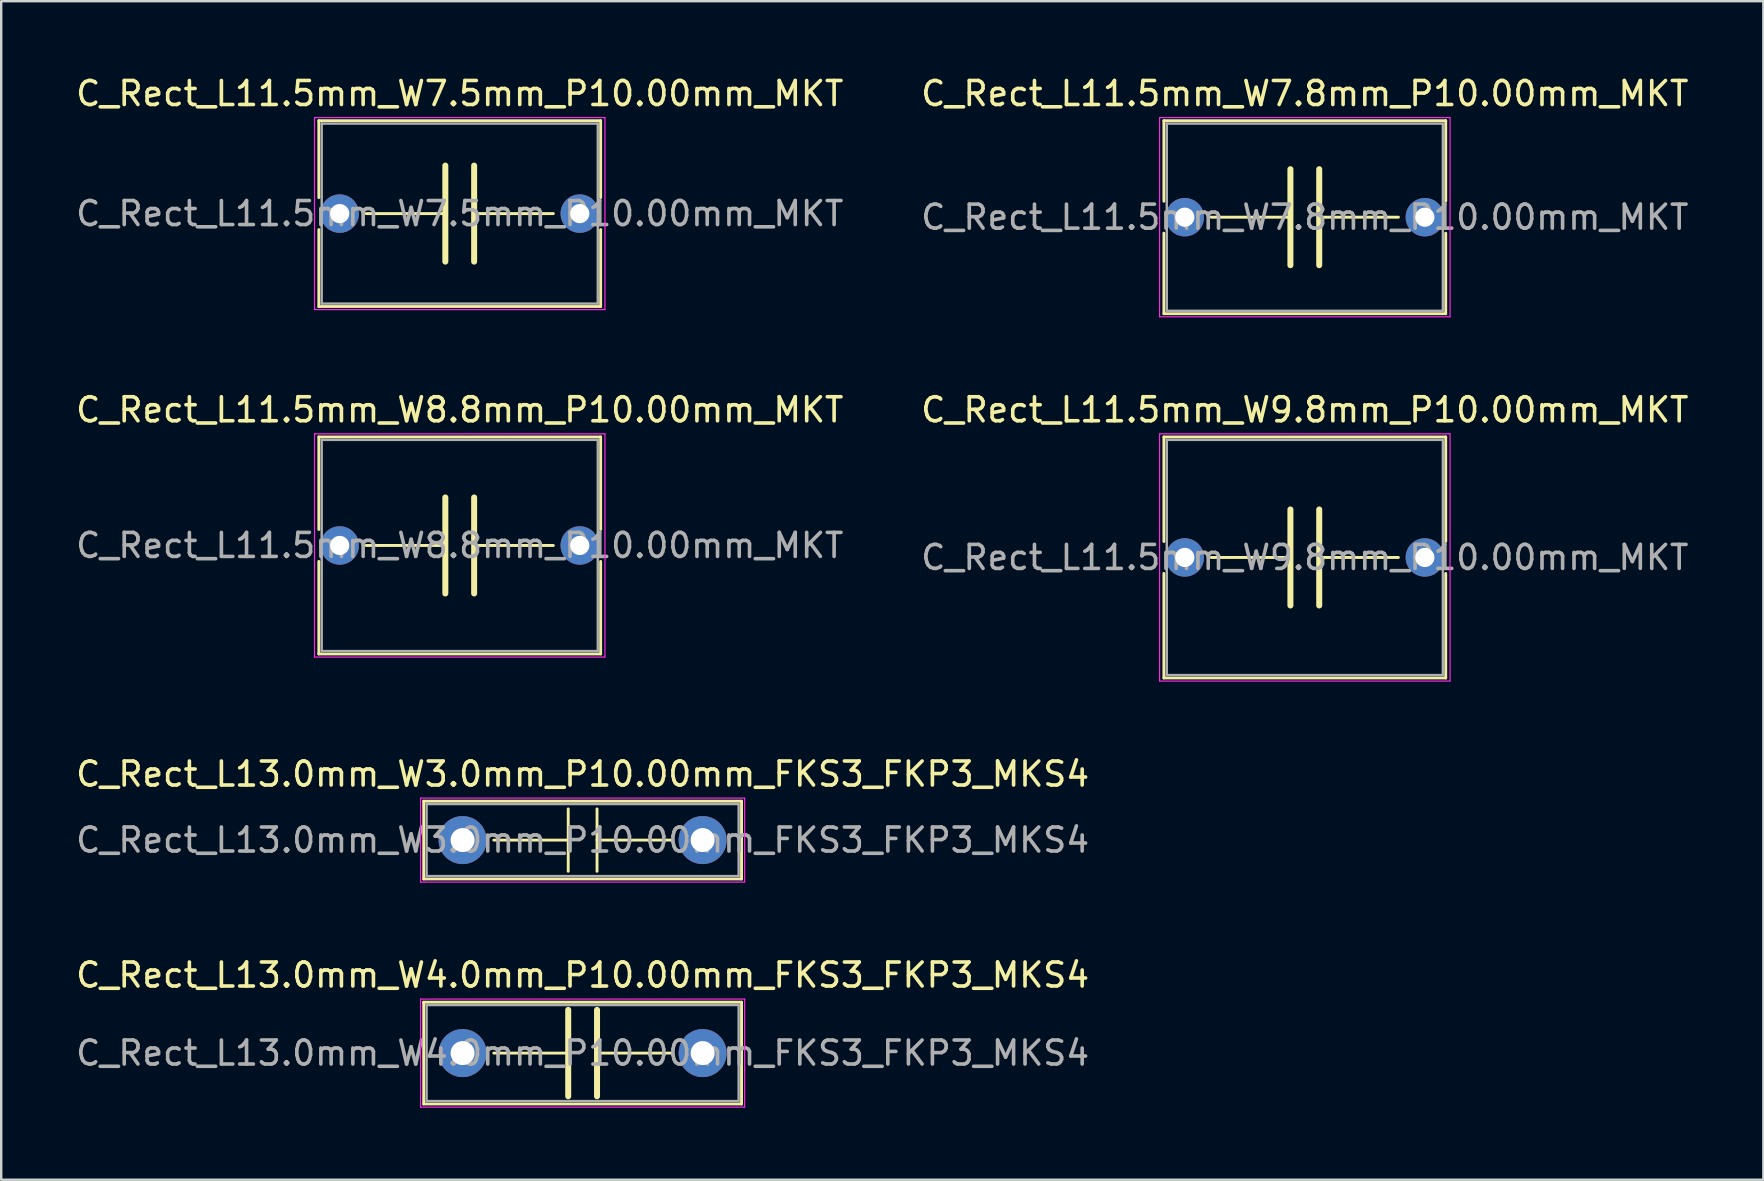
<source format=kicad_pcb>
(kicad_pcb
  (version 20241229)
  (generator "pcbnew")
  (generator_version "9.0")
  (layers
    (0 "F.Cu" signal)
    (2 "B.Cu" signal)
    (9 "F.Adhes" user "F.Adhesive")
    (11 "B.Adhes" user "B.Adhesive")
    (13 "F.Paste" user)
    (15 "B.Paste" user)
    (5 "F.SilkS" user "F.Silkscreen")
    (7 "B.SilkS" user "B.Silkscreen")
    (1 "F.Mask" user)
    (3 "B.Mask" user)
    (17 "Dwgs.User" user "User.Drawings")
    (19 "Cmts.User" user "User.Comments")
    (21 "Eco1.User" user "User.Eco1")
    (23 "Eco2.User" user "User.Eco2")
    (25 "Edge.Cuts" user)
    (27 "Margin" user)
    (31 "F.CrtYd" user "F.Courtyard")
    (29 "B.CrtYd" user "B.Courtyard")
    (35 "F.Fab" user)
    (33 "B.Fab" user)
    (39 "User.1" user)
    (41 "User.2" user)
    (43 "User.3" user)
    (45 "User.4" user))
  (footprint "C_Rect_L13.0mm_W4.0mm_P10.00mm_FKS3_FKP3_MKS4"
    (layer "F.Cu")
    (at 16.22 40.818)
    (property "Reference" "C_Rect_L13.0mm_W4.0mm_P10.00mm_FKS3_FKP3_MKS4" (at 5 -3.25 0) (layer "F.SilkS") (effects (font (size 1 1) (thickness 0.15))))
    (attr through_hole)
    (fp_line (start -1.62 -2.12) (end -1.62 2.12) (stroke (width 0.12) (type solid)) (layer "F.SilkS"))
    (fp_line (start -1.62 -2.12) (end 11.62 -2.12) (stroke (width 0.12) (type solid)) (layer "F.SilkS"))
    (fp_line (start -1.62 2.12) (end 11.62 2.12) (stroke (width 0.12) (type solid)) (layer "F.SilkS"))
    (fp_line (start 1.3 0) (end 4.4 0) (stroke (width 0.12) (type solid)) (layer "F.SilkS"))
    (fp_line (start 4.4 1.8) (end 4.4 -1.8) (stroke (width 0.25) (type solid)) (layer "F.SilkS"))
    (fp_line (start 5.6 1.8) (end 5.6 -1.8) (stroke (width 0.25) (type solid)) (layer "F.SilkS"))
    (fp_line (start 8.7 0) (end 5.6 0) (stroke (width 0.12) (type solid)) (layer "F.SilkS"))
    (fp_line (start 11.62 -2.12) (end 11.62 2.12) (stroke (width 0.12) (type solid)) (layer "F.SilkS"))
    (fp_line (start -1.75 -2.25) (end -1.75 2.25) (stroke (width 0.05) (type solid)) (layer "F.CrtYd"))
    (fp_line (start -1.75 2.25) (end 11.75 2.25) (stroke (width 0.05) (type solid)) (layer "F.CrtYd"))
    (fp_line (start 11.75 -2.25) (end -1.75 -2.25) (stroke (width 0.05) (type solid)) (layer "F.CrtYd"))
    (fp_line (start 11.75 2.25) (end 11.75 -2.25) (stroke (width 0.05) (type solid)) (layer "F.CrtYd"))
    (fp_line (start -1.5 -2) (end -1.5 2) (stroke (width 0.1) (type solid)) (layer "F.Fab"))
    (fp_line (start -1.5 2) (end 11.5 2) (stroke (width 0.1) (type solid)) (layer "F.Fab"))
    (fp_line (start 11.5 -2) (end -1.5 -2) (stroke (width 0.1) (type solid)) (layer "F.Fab"))
    (fp_line (start 11.5 2) (end 11.5 -2) (stroke (width 0.1) (type solid)) (layer "F.Fab"))
    (fp_text user "${REFERENCE}" (at 5 0 0) (layer "F.Fab") (effects (font (size 1 1) (thickness 0.15))))
    (pad "1" thru_hole circle (at 0 0) (size 2 2) (drill 1) (layers "*.Cu" "*.Mask"))
    (pad "2" thru_hole circle (at 10 0) (size 2 2) (drill 1) (layers "*.Cu" "*.Mask")))
  (footprint "C_Rect_L11.5mm_W7.5mm_P10.00mm_MKT"
    (layer "F.Cu")
    (at 11.101 5.848)
    (property "Reference" "C_Rect_L11.5mm_W7.5mm_P10.00mm_MKT" (at 5 -5 0) (layer "F.SilkS") (effects (font (size 1 1) (thickness 0.15))))
    (attr through_hole)
    (fp_line (start -0.87 -3.87) (end -0.87 -0.665) (stroke (width 0.12) (type solid)) (layer "F.SilkS"))
    (fp_line (start -0.87 -3.87) (end 10.87 -3.87) (stroke (width 0.12) (type solid)) (layer "F.SilkS"))
    (fp_line (start -0.87 0.665) (end -0.87 3.87) (stroke (width 0.12) (type solid)) (layer "F.SilkS"))
    (fp_line (start -0.87 3.87) (end 10.87 3.87) (stroke (width 0.12) (type solid)) (layer "F.SilkS"))
    (fp_line (start 1.1 0) (end 4.4 0) (stroke (width 0.12) (type solid)) (layer "F.SilkS"))
    (fp_line (start 4.4 2) (end 4.4 -2) (stroke (width 0.25) (type solid)) (layer "F.SilkS"))
    (fp_line (start 5.6 2) (end 5.6 -2) (stroke (width 0.25) (type solid)) (layer "F.SilkS"))
    (fp_line (start 8.9 0) (end 5.6 0) (stroke (width 0.12) (type solid)) (layer "F.SilkS"))
    (fp_line (start 10.87 -3.87) (end 10.87 -0.665) (stroke (width 0.12) (type solid)) (layer "F.SilkS"))
    (fp_line (start 10.87 0.665) (end 10.87 3.87) (stroke (width 0.12) (type solid)) (layer "F.SilkS"))
    (fp_line (start -1.05 -4) (end -1.05 4) (stroke (width 0.05) (type solid)) (layer "F.CrtYd"))
    (fp_line (start -1.05 4) (end 11.05 4) (stroke (width 0.05) (type solid)) (layer "F.CrtYd"))
    (fp_line (start 11.05 -4) (end -1.05 -4) (stroke (width 0.05) (type solid)) (layer "F.CrtYd"))
    (fp_line (start 11.05 4) (end 11.05 -4) (stroke (width 0.05) (type solid)) (layer "F.CrtYd"))
    (fp_line (start -0.75 -3.75) (end -0.75 3.75) (stroke (width 0.1) (type solid)) (layer "F.Fab"))
    (fp_line (start -0.75 3.75) (end 10.75 3.75) (stroke (width 0.1) (type solid)) (layer "F.Fab"))
    (fp_line (start 10.75 -3.75) (end -0.75 -3.75) (stroke (width 0.1) (type solid)) (layer "F.Fab"))
    (fp_line (start 10.75 3.75) (end 10.75 -3.75) (stroke (width 0.1) (type solid)) (layer "F.Fab"))
    (fp_text user "${REFERENCE}" (at 5 0 0) (layer "F.Fab") (effects (font (size 1 1) (thickness 0.15))))
    (pad "1" thru_hole circle (at 0 0) (size 1.6 1.6) (drill 0.8) (layers "*.Cu" "*.Mask"))
    (pad "2" thru_hole circle (at 10 0) (size 1.6 1.6) (drill 0.8) (layers "*.Cu" "*.Mask")))
  (footprint "C_Rect_L13.0mm_W3.0mm_P10.00mm_FKS3_FKP3_MKS4"
    (layer "F.Cu")
    (at 16.22 31.945)
    (property "Reference" "C_Rect_L13.0mm_W3.0mm_P10.00mm_FKS3_FKP3_MKS4" (at 5 -2.75 0) (layer "F.SilkS") (effects (font (size 1 1) (thickness 0.15))))
    (attr through_hole)
    (fp_line (start -1.62 -1.62) (end -1.62 1.62) (stroke (width 0.12) (type solid)) (layer "F.SilkS"))
    (fp_line (start -1.62 -1.62) (end 11.62 -1.62) (stroke (width 0.12) (type solid)) (layer "F.SilkS"))
    (fp_line (start -1.62 1.62) (end 11.62 1.62) (stroke (width 0.12) (type solid)) (layer "F.SilkS"))
    (fp_line (start 1.3 0) (end 4.4 0) (stroke (width 0.12) (type solid)) (layer "F.SilkS"))
    (fp_line (start 4.4 1.3) (end 4.4 -1.3) (stroke (width 0.12) (type solid)) (layer "F.SilkS"))
    (fp_line (start 5.6 1.3) (end 5.6 -1.3) (stroke (width 0.12) (type solid)) (layer "F.SilkS"))
    (fp_line (start 8.7 0) (end 5.6 0) (stroke (width 0.12) (type solid)) (layer "F.SilkS"))
    (fp_line (start 11.62 -1.62) (end 11.62 1.62) (stroke (width 0.12) (type solid)) (layer "F.SilkS"))
    (fp_line (start -1.75 -1.75) (end -1.75 1.75) (stroke (width 0.05) (type solid)) (layer "F.CrtYd"))
    (fp_line (start -1.75 1.75) (end 11.75 1.75) (stroke (width 0.05) (type solid)) (layer "F.CrtYd"))
    (fp_line (start 11.75 -1.75) (end -1.75 -1.75) (stroke (width 0.05) (type solid)) (layer "F.CrtYd"))
    (fp_line (start 11.75 1.75) (end 11.75 -1.75) (stroke (width 0.05) (type solid)) (layer "F.CrtYd"))
    (fp_line (start -1.5 -1.5) (end -1.5 1.5) (stroke (width 0.1) (type solid)) (layer "F.Fab"))
    (fp_line (start -1.5 1.5) (end 11.5 1.5) (stroke (width 0.1) (type solid)) (layer "F.Fab"))
    (fp_line (start 11.5 -1.5) (end -1.5 -1.5) (stroke (width 0.1) (type solid)) (layer "F.Fab"))
    (fp_line (start 11.5 1.5) (end 11.5 -1.5) (stroke (width 0.1) (type solid)) (layer "F.Fab"))
    (fp_text user "${REFERENCE}" (at 5 0 0) (layer "F.Fab") (effects (font (size 1 1) (thickness 0.15))))
    (pad "1" thru_hole circle (at 0 0) (size 2 2) (drill 1) (layers "*.Cu" "*.Mask"))
    (pad "2" thru_hole circle (at 10 0) (size 2 2) (drill 1) (layers "*.Cu" "*.Mask")))
  (footprint "C_Rect_L11.5mm_W8.8mm_P10.00mm_MKT"
    (layer "F.Cu")
    (at 11.101 19.672)
    (property "Reference" "C_Rect_L11.5mm_W8.8mm_P10.00mm_MKT" (at 5 -5.65 0) (layer "F.SilkS") (effects (font (size 1 1) (thickness 0.15))))
    (attr through_hole)
    (fp_line (start -0.87 -4.52) (end -0.87 -0.665) (stroke (width 0.12) (type solid)) (layer "F.SilkS"))
    (fp_line (start -0.87 -4.52) (end 10.87 -4.52) (stroke (width 0.12) (type solid)) (layer "F.SilkS"))
    (fp_line (start -0.87 0.665) (end -0.87 4.52) (stroke (width 0.12) (type solid)) (layer "F.SilkS"))
    (fp_line (start -0.87 4.52) (end 10.87 4.52) (stroke (width 0.12) (type solid)) (layer "F.SilkS"))
    (fp_line (start 1.1 0) (end 4.4 0) (stroke (width 0.12) (type solid)) (layer "F.SilkS"))
    (fp_line (start 4.4 2) (end 4.4 -2) (stroke (width 0.25) (type solid)) (layer "F.SilkS"))
    (fp_line (start 5.6 2) (end 5.6 -2) (stroke (width 0.25) (type solid)) (layer "F.SilkS"))
    (fp_line (start 8.9 0) (end 5.6 0) (stroke (width 0.12) (type solid)) (layer "F.SilkS"))
    (fp_line (start 10.87 -4.52) (end 10.87 -0.665) (stroke (width 0.12) (type solid)) (layer "F.SilkS"))
    (fp_line (start 10.87 0.665) (end 10.87 4.52) (stroke (width 0.12) (type solid)) (layer "F.SilkS"))
    (fp_line (start -1.05 -4.65) (end -1.05 4.65) (stroke (width 0.05) (type solid)) (layer "F.CrtYd"))
    (fp_line (start -1.05 4.65) (end 11.05 4.65) (stroke (width 0.05) (type solid)) (layer "F.CrtYd"))
    (fp_line (start 11.05 -4.65) (end -1.05 -4.65) (stroke (width 0.05) (type solid)) (layer "F.CrtYd"))
    (fp_line (start 11.05 4.65) (end 11.05 -4.65) (stroke (width 0.05) (type solid)) (layer "F.CrtYd"))
    (fp_line (start -0.75 -4.4) (end -0.75 4.4) (stroke (width 0.1) (type solid)) (layer "F.Fab"))
    (fp_line (start -0.75 4.4) (end 10.75 4.4) (stroke (width 0.1) (type solid)) (layer "F.Fab"))
    (fp_line (start 10.75 -4.4) (end -0.75 -4.4) (stroke (width 0.1) (type solid)) (layer "F.Fab"))
    (fp_line (start 10.75 4.4) (end 10.75 -4.4) (stroke (width 0.1) (type solid)) (layer "F.Fab"))
    (fp_text user "${REFERENCE}" (at 5 0 0) (layer "F.Fab") (effects (font (size 1 1) (thickness 0.15))))
    (pad "1" thru_hole circle (at 0 0) (size 1.6 1.6) (drill 0.8) (layers "*.Cu" "*.Mask"))
    (pad "2" thru_hole circle (at 10 0) (size 1.6 1.6) (drill 0.8) (layers "*.Cu" "*.Mask")))
  (footprint "C_Rect_L11.5mm_W7.8mm_P10.00mm_MKT"
    (layer "F.Cu")
    (at 46.304 5.998)
    (property "Reference" "C_Rect_L11.5mm_W7.8mm_P10.00mm_MKT" (at 5 -5.15 0) (layer "F.SilkS") (effects (font (size 1 1) (thickness 0.15))))
    (attr through_hole)
    (fp_line (start -0.87 -4.02) (end -0.87 -0.665) (stroke (width 0.12) (type solid)) (layer "F.SilkS"))
    (fp_line (start -0.87 -4.02) (end 10.87 -4.02) (stroke (width 0.12) (type solid)) (layer "F.SilkS"))
    (fp_line (start -0.87 0.665) (end -0.87 4.02) (stroke (width 0.12) (type solid)) (layer "F.SilkS"))
    (fp_line (start -0.87 4.02) (end 10.87 4.02) (stroke (width 0.12) (type solid)) (layer "F.SilkS"))
    (fp_line (start 1.1 0) (end 4.4 0) (stroke (width 0.12) (type solid)) (layer "F.SilkS"))
    (fp_line (start 4.4 2) (end 4.4 -2) (stroke (width 0.25) (type solid)) (layer "F.SilkS"))
    (fp_line (start 5.6 2) (end 5.6 -2) (stroke (width 0.25) (type solid)) (layer "F.SilkS"))
    (fp_line (start 8.9 0) (end 5.6 0) (stroke (width 0.12) (type solid)) (layer "F.SilkS"))
    (fp_line (start 10.87 -4.02) (end 10.87 -0.665) (stroke (width 0.12) (type solid)) (layer "F.SilkS"))
    (fp_line (start 10.87 0.665) (end 10.87 4.02) (stroke (width 0.12) (type solid)) (layer "F.SilkS"))
    (fp_line (start -1.05 -4.15) (end -1.05 4.15) (stroke (width 0.05) (type solid)) (layer "F.CrtYd"))
    (fp_line (start -1.05 4.15) (end 11.05 4.15) (stroke (width 0.05) (type solid)) (layer "F.CrtYd"))
    (fp_line (start 11.05 -4.15) (end -1.05 -4.15) (stroke (width 0.05) (type solid)) (layer "F.CrtYd"))
    (fp_line (start 11.05 4.15) (end 11.05 -4.15) (stroke (width 0.05) (type solid)) (layer "F.CrtYd"))
    (fp_line (start -0.75 -3.9) (end -0.75 3.9) (stroke (width 0.1) (type solid)) (layer "F.Fab"))
    (fp_line (start -0.75 3.9) (end 10.75 3.9) (stroke (width 0.1) (type solid)) (layer "F.Fab"))
    (fp_line (start 10.75 -3.9) (end -0.75 -3.9) (stroke (width 0.1) (type solid)) (layer "F.Fab"))
    (fp_line (start 10.75 3.9) (end 10.75 -3.9) (stroke (width 0.1) (type solid)) (layer "F.Fab"))
    (fp_text user "${REFERENCE}" (at 5 0 0) (layer "F.Fab") (effects (font (size 1 1) (thickness 0.15))))
    (pad "1" thru_hole circle (at 0 0) (size 1.6 1.6) (drill 0.8) (layers "*.Cu" "*.Mask"))
    (pad "2" thru_hole circle (at 10 0) (size 1.6 1.6) (drill 0.8) (layers "*.Cu" "*.Mask")))
  (footprint "C_Rect_L11.5mm_W9.8mm_P10.00mm_MKT"
    (layer "F.Cu")
    (at 46.304 20.172)
    (property "Reference" "C_Rect_L11.5mm_W9.8mm_P10.00mm_MKT" (at 5 -6.15 0) (layer "F.SilkS") (effects (font (size 1 1) (thickness 0.15))))
    (attr through_hole)
    (fp_line (start -0.87 -5.02) (end -0.87 -0.665) (stroke (width 0.12) (type solid)) (layer "F.SilkS"))
    (fp_line (start -0.87 -5.02) (end 10.87 -5.02) (stroke (width 0.12) (type solid)) (layer "F.SilkS"))
    (fp_line (start -0.87 0.665) (end -0.87 5.02) (stroke (width 0.12) (type solid)) (layer "F.SilkS"))
    (fp_line (start -0.87 5.02) (end 10.87 5.02) (stroke (width 0.12) (type solid)) (layer "F.SilkS"))
    (fp_line (start 1.1 0) (end 4.4 0) (stroke (width 0.12) (type solid)) (layer "F.SilkS"))
    (fp_line (start 4.4 2) (end 4.4 -2) (stroke (width 0.25) (type solid)) (layer "F.SilkS"))
    (fp_line (start 5.6 2) (end 5.6 -2) (stroke (width 0.25) (type solid)) (layer "F.SilkS"))
    (fp_line (start 8.9 0) (end 5.6 0) (stroke (width 0.12) (type solid)) (layer "F.SilkS"))
    (fp_line (start 10.87 -5.02) (end 10.87 -0.665) (stroke (width 0.12) (type solid)) (layer "F.SilkS"))
    (fp_line (start 10.87 0.665) (end 10.87 5.02) (stroke (width 0.12) (type solid)) (layer "F.SilkS"))
    (fp_line (start -1.05 -5.15) (end -1.05 5.15) (stroke (width 0.05) (type solid)) (layer "F.CrtYd"))
    (fp_line (start -1.05 5.15) (end 11.05 5.15) (stroke (width 0.05) (type solid)) (layer "F.CrtYd"))
    (fp_line (start 11.05 -5.15) (end -1.05 -5.15) (stroke (width 0.05) (type solid)) (layer "F.CrtYd"))
    (fp_line (start 11.05 5.15) (end 11.05 -5.15) (stroke (width 0.05) (type solid)) (layer "F.CrtYd"))
    (fp_line (start -0.75 -4.9) (end -0.75 4.9) (stroke (width 0.1) (type solid)) (layer "F.Fab"))
    (fp_line (start -0.75 4.9) (end 10.75 4.9) (stroke (width 0.1) (type solid)) (layer "F.Fab"))
    (fp_line (start 10.75 -4.9) (end -0.75 -4.9) (stroke (width 0.1) (type solid)) (layer "F.Fab"))
    (fp_line (start 10.75 4.9) (end 10.75 -4.9) (stroke (width 0.1) (type solid)) (layer "F.Fab"))
    (fp_text user "${REFERENCE}" (at 5 0 0) (layer "F.Fab") (effects (font (size 1 1) (thickness 0.15))))
    (pad "1" thru_hole circle (at 0 0) (size 1.6 1.6) (drill 0.8) (layers "*.Cu" "*.Mask"))
    (pad "2" thru_hole circle (at 10 0) (size 1.6 1.6) (drill 0.8) (layers "*.Cu" "*.Mask")))
  (gr_rect
    (start -3 -3)
    (end 70.405 46.093)
    (stroke (width 0.1) (type default))
    (fill no)
    (layer "Edge.Cuts")))
</source>
